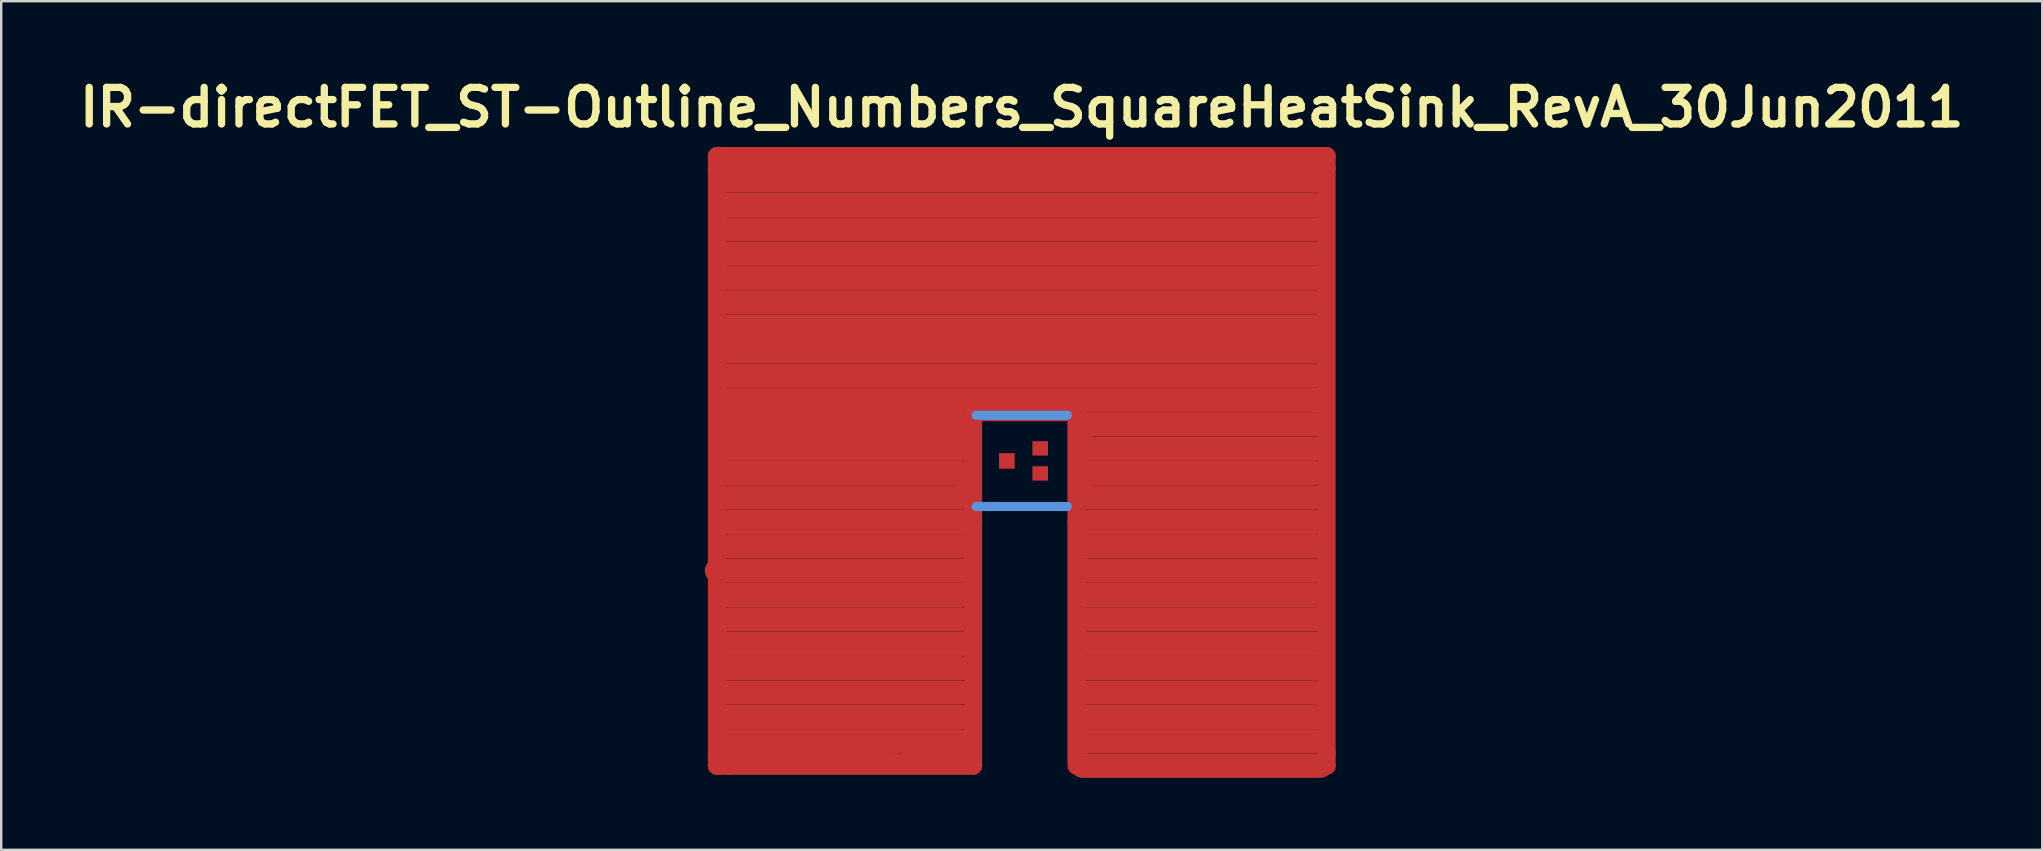
<source format=kicad_pcb>
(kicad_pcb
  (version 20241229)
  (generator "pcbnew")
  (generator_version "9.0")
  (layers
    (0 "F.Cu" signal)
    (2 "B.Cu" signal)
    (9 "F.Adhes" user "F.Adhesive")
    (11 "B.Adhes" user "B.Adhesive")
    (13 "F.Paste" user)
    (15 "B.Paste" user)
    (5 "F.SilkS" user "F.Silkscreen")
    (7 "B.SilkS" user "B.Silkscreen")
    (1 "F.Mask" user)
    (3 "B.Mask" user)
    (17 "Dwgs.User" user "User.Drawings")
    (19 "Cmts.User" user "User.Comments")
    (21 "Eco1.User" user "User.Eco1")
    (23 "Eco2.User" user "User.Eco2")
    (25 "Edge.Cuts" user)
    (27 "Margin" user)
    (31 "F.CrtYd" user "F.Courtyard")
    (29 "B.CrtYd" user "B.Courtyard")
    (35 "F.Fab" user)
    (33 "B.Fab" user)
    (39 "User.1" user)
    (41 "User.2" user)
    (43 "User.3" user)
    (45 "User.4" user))
  (footprint "IR-directFET_ST-Outline_Numbers_SquareHeatSink_RevA_30Jun2011"
    (layer "F.Cu")
    (at 39.53 16.158)
    (property "Reference" "IR-directFET_ST-Outline_Numbers_SquareHeatSink_RevA_30Jun2011" (at 0 -14.732 0) (layer "F.SilkS") (effects (font (size 1.524 1.524) (thickness 0.305))))
    (attr through_hole)
    (fp_line (start -12.7 -12.7) (end -12.7 -12.192) (stroke (width 0.762) (type solid)) (layer "F.Cu"))
    (fp_line (start -12.7 -12.192) (end -12.7 12.192) (stroke (width 0.762) (type solid)) (layer "F.Cu"))
    (fp_line (start -12.7 4.572) (end -2.286 4.572) (stroke (width 1.016) (type solid)) (layer "F.Cu"))
    (fp_line (start -12.7 12.192) (end -12.7 12.7) (stroke (width 0.762) (type solid)) (layer "F.Cu"))
    (fp_line (start -12.7 12.7) (end -12.192 12.7) (stroke (width 0.762) (type solid)) (layer "F.Cu"))
    (fp_line (start -12.446 -12.192) (end 12.446 -12.192) (stroke (width 0.381) (type solid)) (layer "F.Cu"))
    (fp_line (start -12.446 -11.684) (end 12.446 -11.684) (stroke (width 1.016) (type solid)) (layer "F.Cu"))
    (fp_line (start -12.446 -10.668) (end 12.446 -10.668) (stroke (width 1.016) (type solid)) (layer "F.Cu"))
    (fp_line (start -12.446 -9.652) (end 12.446 -9.652) (stroke (width 1.016) (type solid)) (layer "F.Cu"))
    (fp_line (start -12.446 -8.636) (end 12.446 -8.636) (stroke (width 1.016) (type solid)) (layer "F.Cu"))
    (fp_line (start -12.446 -7.62) (end 12.446 -7.62) (stroke (width 1.016) (type solid)) (layer "F.Cu"))
    (fp_line (start -12.446 -6.604) (end 12.446 -6.604) (stroke (width 1.016) (type solid)) (layer "F.Cu"))
    (fp_line (start -12.446 -5.588) (end 12.446 -5.588) (stroke (width 1.016) (type solid)) (layer "F.Cu"))
    (fp_line (start -12.446 -4.572) (end 12.446 -4.572) (stroke (width 1.016) (type solid)) (layer "F.Cu"))
    (fp_line (start -12.446 -3.556) (end 12.446 -3.556) (stroke (width 1.016) (type solid)) (layer "F.Cu"))
    (fp_line (start -12.446 -2.54) (end 12.446 -2.54) (stroke (width 1.016) (type solid)) (layer "F.Cu"))
    (fp_line (start -12.446 -2.032) (end -2.54 -2.032) (stroke (width 0.381) (type solid)) (layer "F.Cu"))
    (fp_line (start -12.446 -1.524) (end -2.54 -1.524) (stroke (width 0.762) (type solid)) (layer "F.Cu"))
    (fp_line (start -12.446 -0.508) (end -2.286 -0.508) (stroke (width 1.016) (type solid)) (layer "F.Cu"))
    (fp_line (start -12.446 0.508) (end -2.54 0.508) (stroke (width 1.016) (type solid)) (layer "F.Cu"))
    (fp_line (start -12.446 1.524) (end -2.54 1.524) (stroke (width 1.016) (type solid)) (layer "F.Cu"))
    (fp_line (start -12.446 2.54) (end -2.286 2.54) (stroke (width 1.016) (type solid)) (layer "F.Cu"))
    (fp_line (start -12.446 5.588) (end -2.286 5.588) (stroke (width 1.016) (type solid)) (layer "F.Cu"))
    (fp_line (start -12.446 6.604) (end -2.54 6.604) (stroke (width 1.016) (type solid)) (layer "F.Cu"))
    (fp_line (start -12.446 7.62) (end -2.286 7.62) (stroke (width 1.016) (type solid)) (layer "F.Cu"))
    (fp_line (start -12.446 8.636) (end -2.54 8.636) (stroke (width 1.016) (type solid)) (layer "F.Cu"))
    (fp_line (start -12.446 9.652) (end -2.54 9.652) (stroke (width 1.016) (type solid)) (layer "F.Cu"))
    (fp_line (start -12.446 10.668) (end -2.54 10.668) (stroke (width 1.016) (type solid)) (layer "F.Cu"))
    (fp_line (start -12.446 11.684) (end -2.54 11.684) (stroke (width 1.016) (type solid)) (layer "F.Cu"))
    (fp_line (start -12.192 -12.7) (end -12.7 -12.7) (stroke (width 0.762) (type solid)) (layer "F.Cu"))
    (fp_line (start -12.192 -1.016) (end -2.286 -1.016) (stroke (width 0.381) (type solid)) (layer "F.Cu"))
    (fp_line (start -12.192 3.556) (end -2.286 3.556) (stroke (width 1.016) (type solid)) (layer "F.Cu"))
    (fp_line (start -12.192 12.192) (end -2.286 12.446) (stroke (width 0.381) (type solid)) (layer "F.Cu"))
    (fp_line (start -12.192 12.7) (end -2.032 12.7) (stroke (width 0.762) (type solid)) (layer "F.Cu"))
    (fp_line (start -4.826 12.192) (end -5.08 12.7) (stroke (width 0.381) (type solid)) (layer "F.Cu"))
    (fp_line (start -2.286 12.192) (end -4.826 12.192) (stroke (width 0.381) (type solid)) (layer "F.Cu"))
    (fp_line (start -2.032 -12.7) (end -12.192 -12.7) (stroke (width 0.762) (type solid)) (layer "F.Cu"))
    (fp_line (start -2.032 -2.032) (end 2.032 -2.032) (stroke (width 0.762) (type solid)) (layer "F.Cu"))
    (fp_line (start -2.032 2.032) (end -2.032 -2.032) (stroke (width 0.762) (type solid)) (layer "F.Cu"))
    (fp_line (start -2.032 2.54) (end -2.032 2.032) (stroke (width 0.762) (type solid)) (layer "F.Cu"))
    (fp_line (start -2.032 2.54) (end -2.032 12.7) (stroke (width 0.762) (type solid)) (layer "F.Cu"))
    (fp_line (start 2.286 -2.032) (end 2.286 2.54) (stroke (width 0.762) (type solid)) (layer "F.Cu"))
    (fp_line (start 2.286 2.54) (end 2.286 12.7) (stroke (width 0.762) (type solid)) (layer "F.Cu"))
    (fp_line (start 2.54 -1.524) (end 12.446 -1.524) (stroke (width 1.016) (type solid)) (layer "F.Cu"))
    (fp_line (start 2.54 -0.508) (end 12.446 -0.508) (stroke (width 1.016) (type solid)) (layer "F.Cu"))
    (fp_line (start 2.54 0.508) (end 12.192 0.508) (stroke (width 1.016) (type solid)) (layer "F.Cu"))
    (fp_line (start 2.54 1.524) (end 12.192 1.524) (stroke (width 1.016) (type solid)) (layer "F.Cu"))
    (fp_line (start 2.54 2.54) (end 12.192 2.54) (stroke (width 1.016) (type solid)) (layer "F.Cu"))
    (fp_line (start 2.54 3.556) (end 12.446 3.556) (stroke (width 1.016) (type solid)) (layer "F.Cu"))
    (fp_line (start 2.54 4.572) (end 12.446 4.572) (stroke (width 1.016) (type solid)) (layer "F.Cu"))
    (fp_line (start 2.54 5.588) (end 12.446 5.588) (stroke (width 1.016) (type solid)) (layer "F.Cu"))
    (fp_line (start 2.54 6.604) (end 12.446 6.604) (stroke (width 1.016) (type solid)) (layer "F.Cu"))
    (fp_line (start 2.54 7.62) (end 12.446 7.62) (stroke (width 1.016) (type solid)) (layer "F.Cu"))
    (fp_line (start 2.54 8.636) (end 12.446 8.636) (stroke (width 1.016) (type solid)) (layer "F.Cu"))
    (fp_line (start 2.54 9.652) (end 12.446 9.652) (stroke (width 1.016) (type solid)) (layer "F.Cu"))
    (fp_line (start 2.54 10.668) (end 12.446 10.668) (stroke (width 1.016) (type solid)) (layer "F.Cu"))
    (fp_line (start 2.54 11.684) (end 12.446 11.684) (stroke (width 1.016) (type solid)) (layer "F.Cu"))
    (fp_line (start 12.192 -12.7) (end -2.032 -12.7) (stroke (width 0.762) (type solid)) (layer "F.Cu"))
    (fp_line (start 12.192 -12.7) (end 12.7 -12.7) (stroke (width 0.762) (type solid)) (layer "F.Cu"))
    (fp_line (start 12.192 12.7) (end 12.7 12.7) (stroke (width 0.762) (type solid)) (layer "F.Cu"))
    (fp_line (start 12.446 12.7) (end 2.54 12.7) (stroke (width 1.016) (type solid)) (layer "F.Cu"))
    (fp_line (start 12.7 -12.7) (end 12.7 -12.192) (stroke (width 0.762) (type solid)) (layer "F.Cu"))
    (fp_line (start 12.7 12.192) (end 12.7 -12.192) (stroke (width 0.762) (type solid)) (layer "F.Cu"))
    (fp_line (start 12.7 12.7) (end 12.7 12.192) (stroke (width 0.762) (type solid)) (layer "F.Cu"))
    (fp_line (start -1.9 -1.9) (end 1.9 -1.9) (stroke (width 0.381) (type solid)) (layer "Cmts.User"))
    (fp_line (start -1.9 1.9) (end 1.9 1.9) (stroke (width 0.381) (type solid)) (layer "Cmts.User"))
    (pad "1" smd rect (at 2.499 -0.82) (size 0.899 1.25) (layers "F.Cu" "F.Mask" "F.Paste"))
    (pad "3" smd rect (at 2.499 0.82) (size 0.899 1.25) (layers "F.Cu" "F.Mask" "F.Paste"))
    (pad "4" smd rect (at 0.77 -0.521) (size 0.65 0.599) (layers "F.Cu" "F.Mask" "F.Paste"))
    (pad "4" smd rect (at 0.77 0.521) (size 0.65 0.599) (layers "F.Cu" "F.Mask" "F.Paste"))
    (pad "5" smd rect (at -0.62 0) (size 0.65 0.65) (layers "F.Cu" "F.Mask" "F.Paste"))
    (pad "6" smd rect (at -2.309 -0.82) (size 0.899 1.25) (layers "F.Cu" "F.Mask" "F.Paste"))
    (pad "7" smd rect (at -2.309 0.82) (size 0.899 1.25) (layers "F.Cu" "F.Mask" "F.Paste")))
  (gr_rect
    (start -3 -3)
    (end 82.059 32.366)
    (stroke (width 0.1) (type default))
    (fill no)
    (layer "Edge.Cuts")))
</source>
